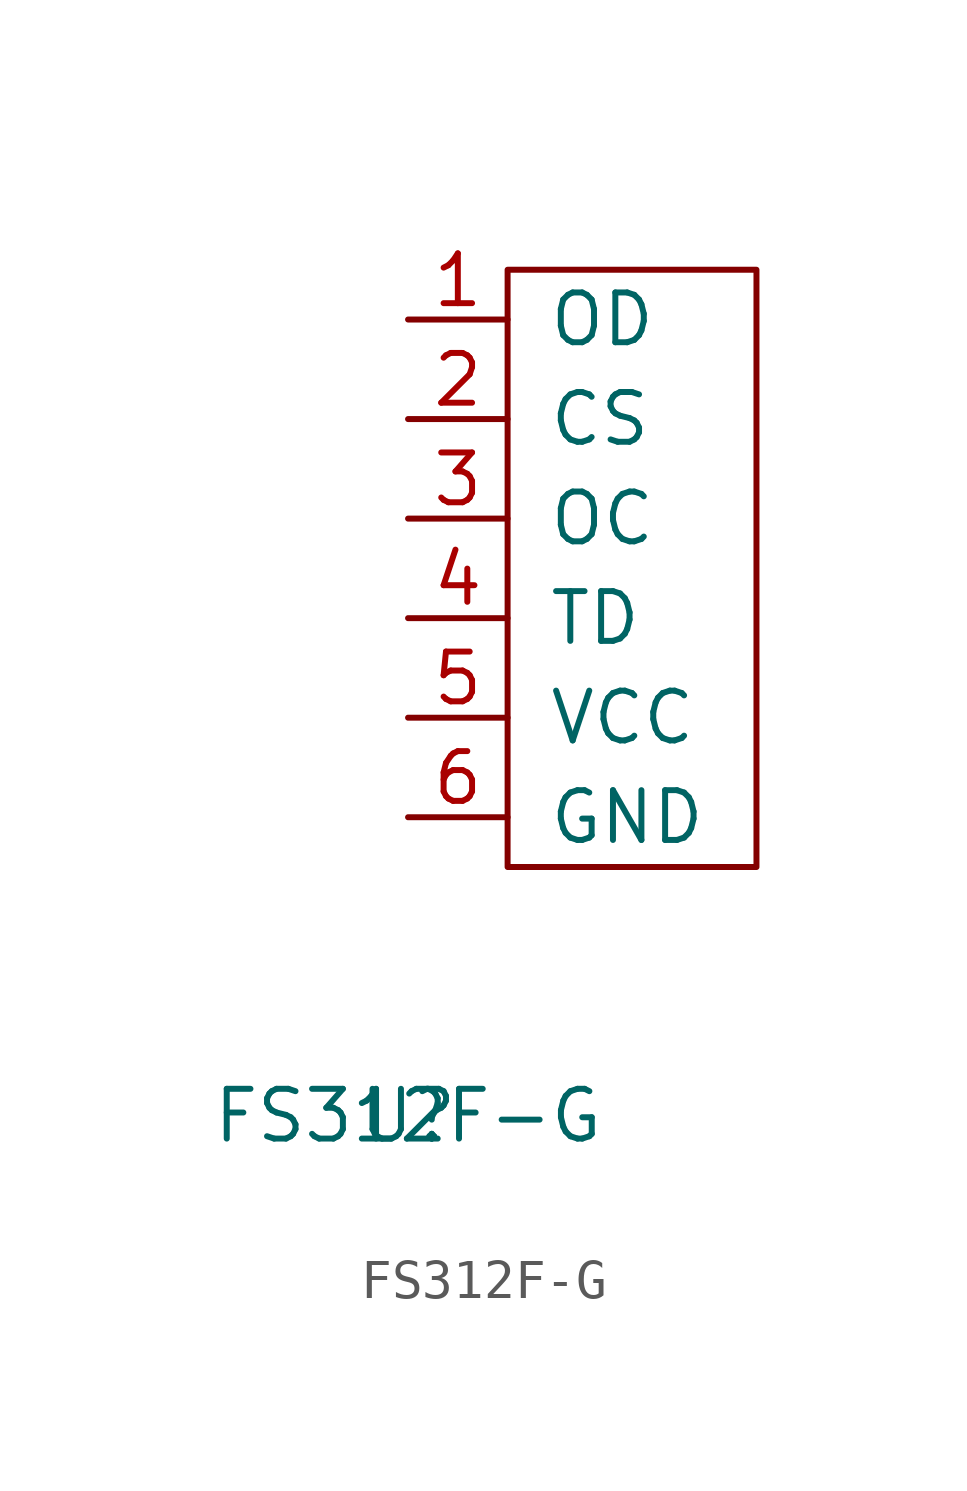
<source format=kicad_sym>
(kicad_symbol_lib
  (version 20220914)
  (generator kicad_symbol_editor)
  (symbol "FS312F-G"
    (pin_names
      (offset 1.016))
    (property "Reference" "U"
      (at 0 0 0)
      (effects (font (size 1.27 1.27))))
    (property "Value" "FS312F-G"
      (at 0 0 0)
      (effects (font (size 1.27 1.27))))
    (symbol "FS312F-G_0_1"
      (rectangle (start 8.89 6.35) (end 2.54 21.59) (stroke (width 0) (type solid)) (fill (type none))))
    (symbol "FS312F-G_1_1"
      (pin output line (at 0 20.32 0) (length 2.54) (name "OD" (effects (font (size 1.27 1.27)))) (number "1" (effects (font (size 1.27 1.27)))))
      (pin input line (at 0 17.78 0) (length 2.54) (name "CS" (effects (font (size 1.27 1.27)))) (number "2" (effects (font (size 1.27 1.27)))))
      (pin output line (at 0 15.24 0) (length 2.54) (name "OC" (effects (font (size 1.27 1.27)))) (number "3" (effects (font (size 1.27 1.27)))))
      (pin input line (at 0 12.7 0) (length 2.54) (name "TD" (effects (font (size 1.27 1.27)))) (number "4" (effects (font (size 1.27 1.27)))))
      (pin power_in line (at 0 10.16 0) (length 2.54) (name "VCC" (effects (font (size 1.27 1.27)))) (number "5" (effects (font (size 1.27 1.27)))))
      (pin power_in line (at 0 7.62 0) (length 2.54) (name "GND" (effects (font (size 1.27 1.27)))) (number "6" (effects (font (size 1.27 1.27))))))))
</source>
